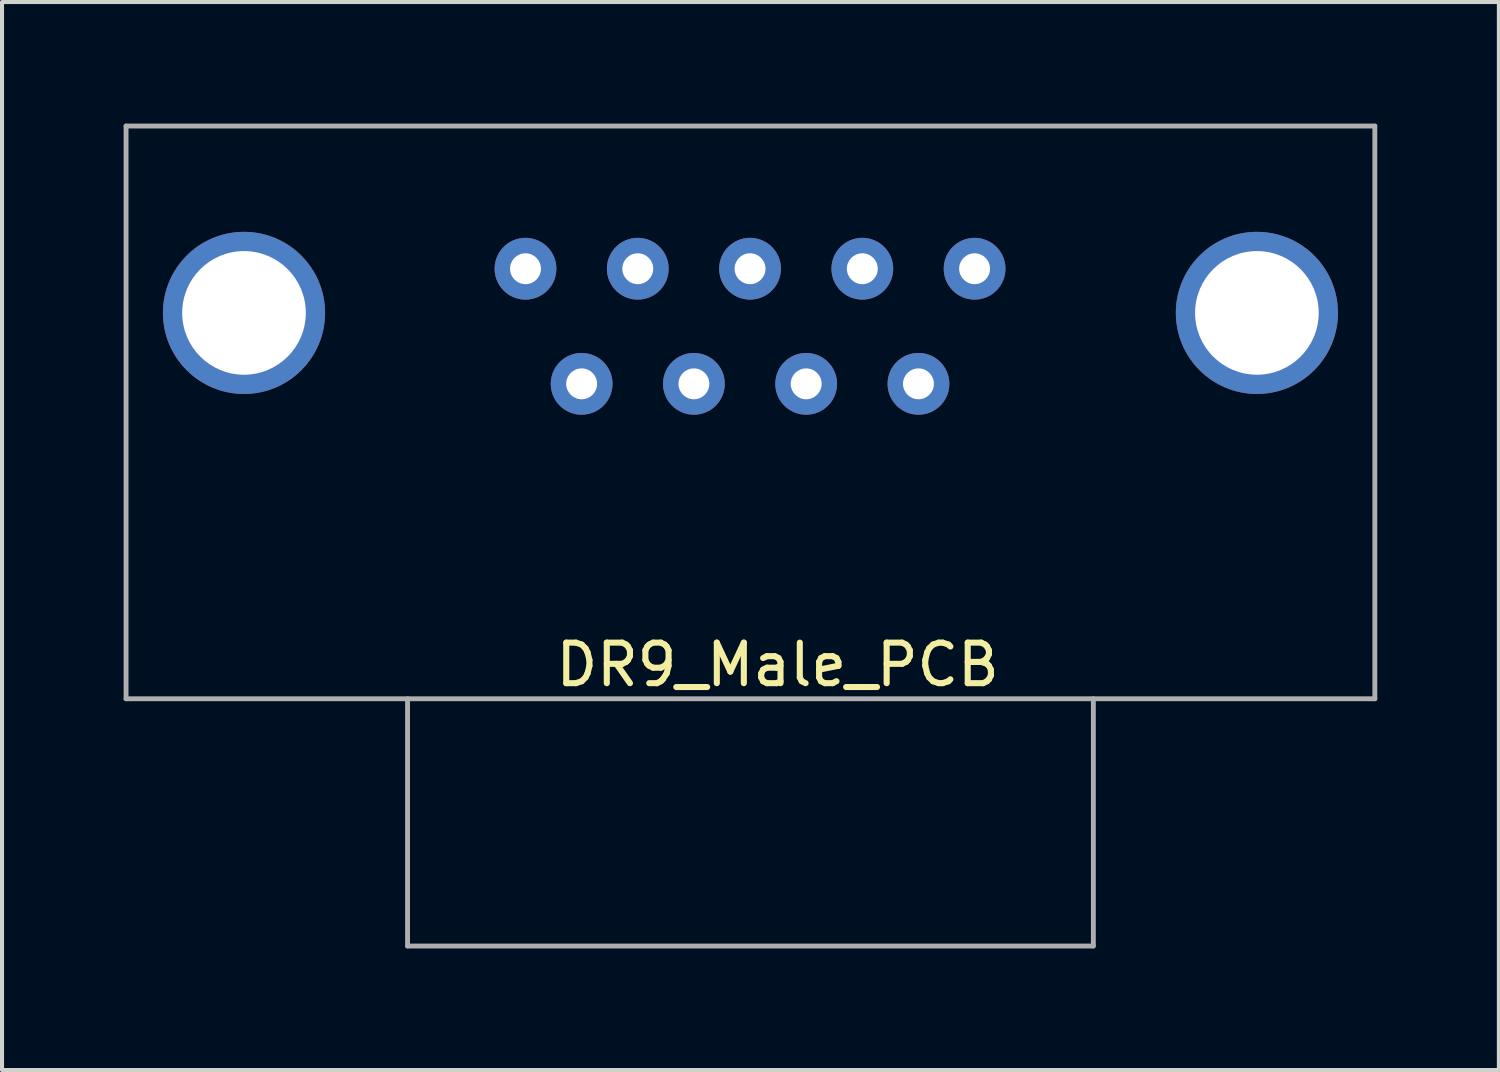
<source format=kicad_pcb>
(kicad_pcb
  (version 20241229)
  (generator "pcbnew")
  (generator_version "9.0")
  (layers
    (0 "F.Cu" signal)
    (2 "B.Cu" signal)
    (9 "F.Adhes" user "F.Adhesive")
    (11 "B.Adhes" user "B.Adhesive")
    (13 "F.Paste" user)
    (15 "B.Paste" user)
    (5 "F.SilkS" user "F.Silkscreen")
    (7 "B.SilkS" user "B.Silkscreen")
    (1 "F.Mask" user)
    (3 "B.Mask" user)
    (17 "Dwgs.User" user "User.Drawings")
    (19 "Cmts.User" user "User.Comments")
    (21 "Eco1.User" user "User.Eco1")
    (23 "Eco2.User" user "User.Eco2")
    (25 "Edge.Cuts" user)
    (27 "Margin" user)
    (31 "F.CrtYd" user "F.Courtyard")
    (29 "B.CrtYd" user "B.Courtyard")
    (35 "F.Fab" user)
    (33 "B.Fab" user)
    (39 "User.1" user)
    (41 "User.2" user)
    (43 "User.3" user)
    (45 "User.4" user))
  (footprint "DR9_Male_PCB"
    (layer "F.Cu")
    (at 9.925 3.25)
    (property "Reference" "DR9_Male_PCB" (at 6.21 10.1 0) (layer "F.SilkS") (effects (font (size 1 1) (thickness 0.15))))
    (attr through_hole)
    (fp_line (start -9.865 -3.19) (end -9.865 10.94) (stroke (width 0.12) (type solid)) (layer "F.Fab"))
    (fp_line (start -9.865 -3.19) (end 20.945 -3.19) (stroke (width 0.12) (type solid)) (layer "F.Fab"))
    (fp_line (start -9.865 10.94) (end 20.945 10.94) (stroke (width 0.12) (type solid)) (layer "F.Fab"))
    (fp_line (start -2.92 10.94) (end -2.92 17.04) (stroke (width 0.12) (type solid)) (layer "F.Fab"))
    (fp_line (start -2.92 17.04) (end 14 17.04) (stroke (width 0.12) (type solid)) (layer "F.Fab"))
    (fp_line (start 14 10.94) (end 14 17.04) (stroke (width 0.12) (type solid)) (layer "F.Fab"))
    (fp_line (start 20.945 -3.19) (end 20.945 10.94) (stroke (width 0.12) (type solid)) (layer "F.Fab"))
    (pad "1" thru_hole circle (at -0.01 0.33) (size 1.524 1.524) (drill 0.762) (layers "*.Cu" "*.Mask"))
    (pad "2" thru_hole circle (at 2.76 0.33) (size 1.524 1.524) (drill 0.762) (layers "*.Cu" "*.Mask"))
    (pad "3" thru_hole circle (at 5.53 0.33) (size 1.524 1.524) (drill 0.762) (layers "*.Cu" "*.Mask"))
    (pad "4" thru_hole circle (at 8.3 0.33) (size 1.524 1.524) (drill 0.762) (layers "*.Cu" "*.Mask"))
    (pad "5" thru_hole circle (at 11.07 0.33) (size 1.524 1.524) (drill 0.762) (layers "*.Cu" "*.Mask"))
    (pad "6" thru_hole circle (at 1.375 3.17) (size 1.524 1.524) (drill 0.762) (layers "*.Cu" "*.Mask"))
    (pad "7" thru_hole circle (at 4.145 3.17) (size 1.524 1.524) (drill 0.762) (layers "*.Cu" "*.Mask"))
    (pad "8" thru_hole circle (at 6.915 3.17) (size 1.524 1.524) (drill 0.762) (layers "*.Cu" "*.Mask"))
    (pad "9" thru_hole circle (at 9.685 3.17) (size 1.524 1.524) (drill 0.762) (layers "*.Cu" "*.Mask"))
    (pad "SH1" thru_hole circle (at -6.955 1.42) (size 4 4) (drill 3.05) (layers "*.Cu" "*.Mask"))
    (pad "SH2" thru_hole circle (at 18.035 1.42) (size 4 4) (drill 3.05) (layers "*.Cu" "*.Mask")))
  (gr_rect
    (start -3 -3)
    (end 33.93 23.35)
    (stroke (width 0.1) (type default))
    (fill no)
    (layer "Edge.Cuts")))
</source>
